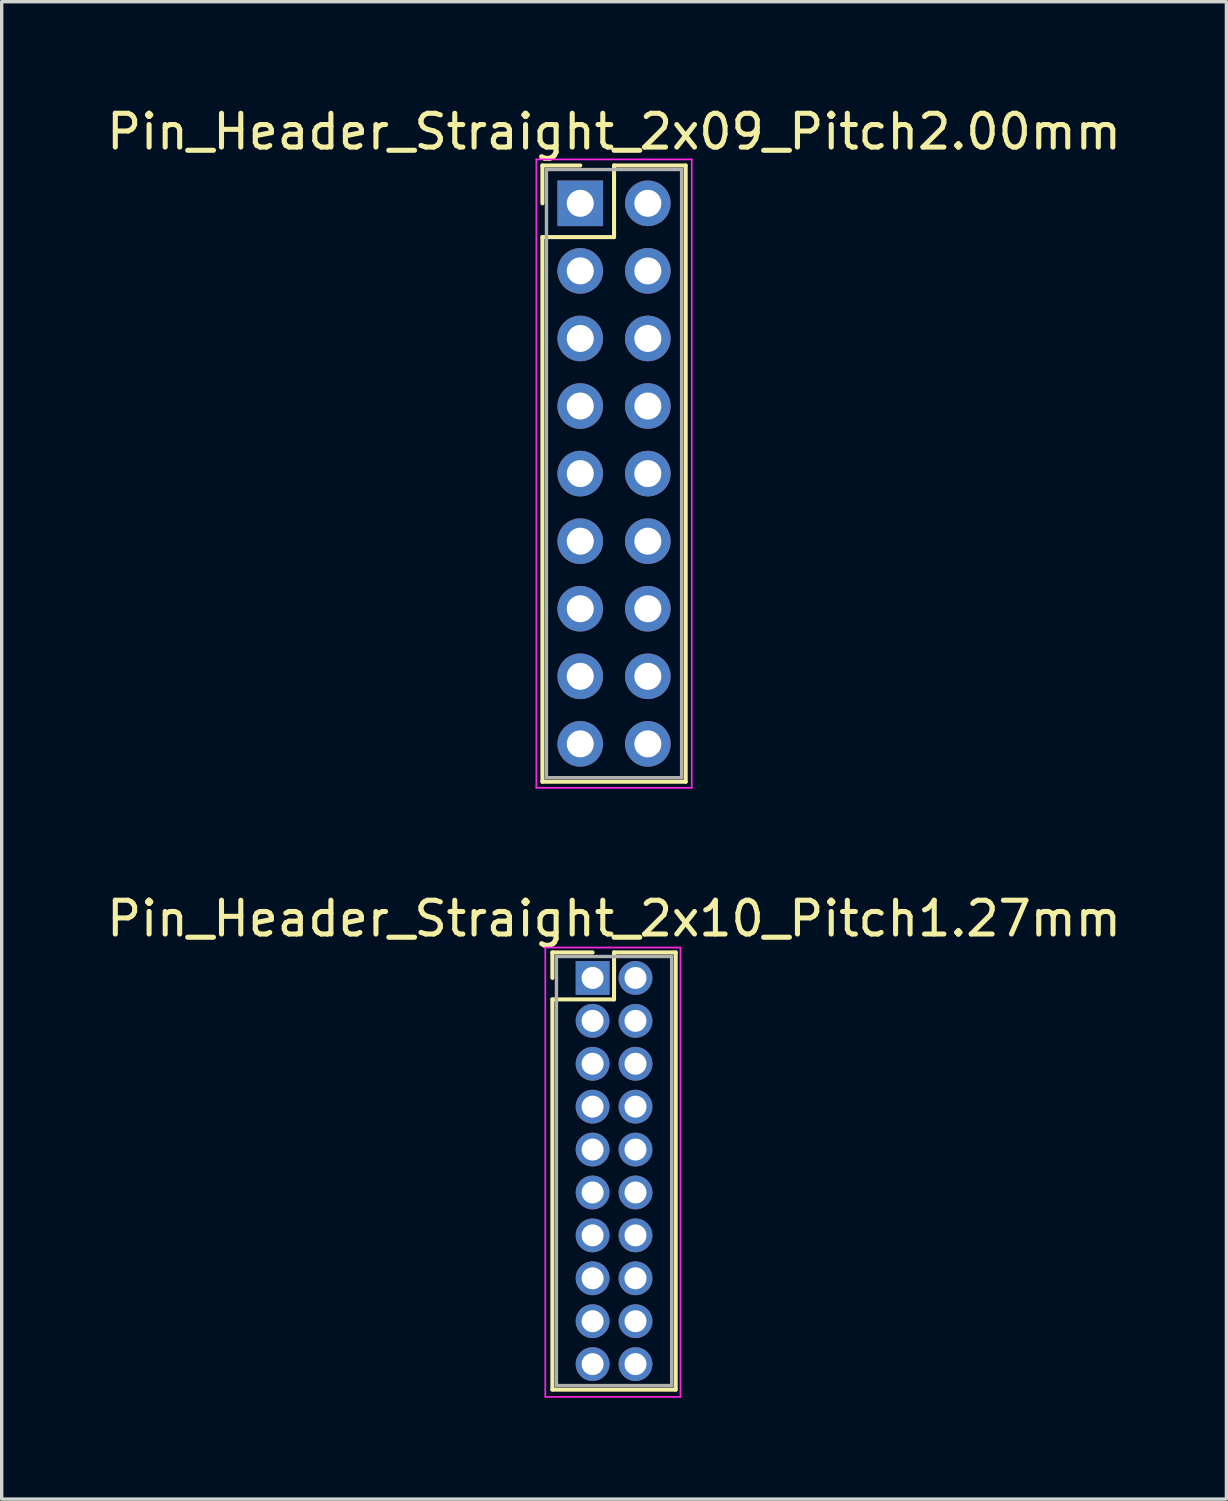
<source format=kicad_pcb>
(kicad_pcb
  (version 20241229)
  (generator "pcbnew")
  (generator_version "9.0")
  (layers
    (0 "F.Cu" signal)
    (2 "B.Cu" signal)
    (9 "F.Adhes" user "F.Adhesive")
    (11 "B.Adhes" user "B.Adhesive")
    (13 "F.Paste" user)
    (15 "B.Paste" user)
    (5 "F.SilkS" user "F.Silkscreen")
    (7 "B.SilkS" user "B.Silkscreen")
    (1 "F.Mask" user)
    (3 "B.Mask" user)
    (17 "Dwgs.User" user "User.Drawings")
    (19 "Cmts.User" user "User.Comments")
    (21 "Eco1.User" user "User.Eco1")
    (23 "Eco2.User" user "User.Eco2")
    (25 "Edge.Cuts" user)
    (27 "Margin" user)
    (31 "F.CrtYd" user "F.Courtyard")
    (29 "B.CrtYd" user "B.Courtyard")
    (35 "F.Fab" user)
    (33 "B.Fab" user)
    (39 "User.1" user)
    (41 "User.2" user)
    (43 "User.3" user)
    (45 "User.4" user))
  (footprint "Pin_Header_Straight_2x10_Pitch1.27mm"
    (layer "F.Cu")
    (at 14.49 25.896)
    (property "Reference" "Pin_Header_Straight_2x10_Pitch1.27mm" (at 0.635 -1.755 0) (layer "F.SilkS") (effects (font (size 1 1) (thickness 0.15))))
    (attr through_hole)
    (fp_line (start -1.19 -0.755) (end 0 -0.755) (stroke (width 0.12) (type solid)) (layer "F.SilkS"))
    (fp_line (start -1.19 0) (end -1.19 -0.755) (stroke (width 0.12) (type solid)) (layer "F.SilkS"))
    (fp_line (start -1.19 0.635) (end -1.19 12.185) (stroke (width 0.12) (type solid)) (layer "F.SilkS"))
    (fp_line (start -1.19 12.185) (end 2.46 12.185) (stroke (width 0.12) (type solid)) (layer "F.SilkS"))
    (fp_line (start 0.635 -0.755) (end 0.635 0.635) (stroke (width 0.12) (type solid)) (layer "F.SilkS"))
    (fp_line (start 0.635 0.635) (end -1.19 0.635) (stroke (width 0.12) (type solid)) (layer "F.SilkS"))
    (fp_line (start 2.46 -0.755) (end 0.635 -0.755) (stroke (width 0.12) (type solid)) (layer "F.SilkS"))
    (fp_line (start 2.46 12.185) (end 2.46 -0.755) (stroke (width 0.12) (type solid)) (layer "F.SilkS"))
    (fp_line (start -1.4 -0.9) (end -1.4 12.4) (stroke (width 0.05) (type solid)) (layer "F.CrtYd"))
    (fp_line (start -1.4 12.4) (end 2.6 12.4) (stroke (width 0.05) (type solid)) (layer "F.CrtYd"))
    (fp_line (start 2.6 -0.9) (end -1.4 -0.9) (stroke (width 0.05) (type solid)) (layer "F.CrtYd"))
    (fp_line (start 2.6 12.4) (end 2.6 -0.9) (stroke (width 0.05) (type solid)) (layer "F.CrtYd"))
    (fp_line (start -1.07 -0.635) (end -1.07 12.065) (stroke (width 0.1) (type solid)) (layer "F.Fab"))
    (fp_line (start -1.07 12.065) (end 2.34 12.065) (stroke (width 0.1) (type solid)) (layer "F.Fab"))
    (fp_line (start 2.34 -0.635) (end -1.07 -0.635) (stroke (width 0.1) (type solid)) (layer "F.Fab"))
    (fp_line (start 2.34 12.065) (end 2.34 -0.635) (stroke (width 0.1) (type solid)) (layer "F.Fab"))
    (pad "1" thru_hole rect (at 0 0) (size 1 1) (drill 0.65) (layers "*.Cu" "*.Mask"))
    (pad "2" thru_hole oval (at 1.27 0) (size 1 1) (drill 0.65) (layers "*.Cu" "*.Mask"))
    (pad "3" thru_hole oval (at 0 1.27) (size 1 1) (drill 0.65) (layers "*.Cu" "*.Mask"))
    (pad "4" thru_hole oval (at 1.27 1.27) (size 1 1) (drill 0.65) (layers "*.Cu" "*.Mask"))
    (pad "5" thru_hole oval (at 0 2.54) (size 1 1) (drill 0.65) (layers "*.Cu" "*.Mask"))
    (pad "6" thru_hole oval (at 1.27 2.54) (size 1 1) (drill 0.65) (layers "*.Cu" "*.Mask"))
    (pad "7" thru_hole oval (at 0 3.81) (size 1 1) (drill 0.65) (layers "*.Cu" "*.Mask"))
    (pad "8" thru_hole oval (at 1.27 3.81) (size 1 1) (drill 0.65) (layers "*.Cu" "*.Mask"))
    (pad "9" thru_hole oval (at 0 5.08) (size 1 1) (drill 0.65) (layers "*.Cu" "*.Mask"))
    (pad "10" thru_hole oval (at 1.27 5.08) (size 1 1) (drill 0.65) (layers "*.Cu" "*.Mask"))
    (pad "11" thru_hole oval (at 0 6.35) (size 1 1) (drill 0.65) (layers "*.Cu" "*.Mask"))
    (pad "12" thru_hole oval (at 1.27 6.35) (size 1 1) (drill 0.65) (layers "*.Cu" "*.Mask"))
    (pad "13" thru_hole oval (at 0 7.62) (size 1 1) (drill 0.65) (layers "*.Cu" "*.Mask"))
    (pad "14" thru_hole oval (at 1.27 7.62) (size 1 1) (drill 0.65) (layers "*.Cu" "*.Mask"))
    (pad "15" thru_hole oval (at 0 8.89) (size 1 1) (drill 0.65) (layers "*.Cu" "*.Mask"))
    (pad "16" thru_hole oval (at 1.27 8.89) (size 1 1) (drill 0.65) (layers "*.Cu" "*.Mask"))
    (pad "17" thru_hole oval (at 0 10.16) (size 1 1) (drill 0.65) (layers "*.Cu" "*.Mask"))
    (pad "18" thru_hole oval (at 1.27 10.16) (size 1 1) (drill 0.65) (layers "*.Cu" "*.Mask"))
    (pad "19" thru_hole oval (at 0 11.43) (size 1 1) (drill 0.65) (layers "*.Cu" "*.Mask"))
    (pad "20" thru_hole oval (at 1.27 11.43) (size 1 1) (drill 0.65) (layers "*.Cu" "*.Mask")))
  (footprint "Pin_Header_Straight_2x09_Pitch2.00mm"
    (layer "F.Cu")
    (at 14.125 2.968)
    (property "Reference" "Pin_Header_Straight_2x09_Pitch2.00mm" (at 1 -2.12 0) (layer "F.SilkS") (effects (font (size 1 1) (thickness 0.15))))
    (attr through_hole)
    (fp_line (start -1.12 -1.12) (end 0 -1.12) (stroke (width 0.12) (type solid)) (layer "F.SilkS"))
    (fp_line (start -1.12 0) (end -1.12 -1.12) (stroke (width 0.12) (type solid)) (layer "F.SilkS"))
    (fp_line (start -1.12 1) (end -1.12 17.12) (stroke (width 0.12) (type solid)) (layer "F.SilkS"))
    (fp_line (start -1.12 17.12) (end 3.12 17.12) (stroke (width 0.12) (type solid)) (layer "F.SilkS"))
    (fp_line (start 1 -1.12) (end 1 1) (stroke (width 0.12) (type solid)) (layer "F.SilkS"))
    (fp_line (start 1 1) (end -1.12 1) (stroke (width 0.12) (type solid)) (layer "F.SilkS"))
    (fp_line (start 3.12 -1.12) (end 1 -1.12) (stroke (width 0.12) (type solid)) (layer "F.SilkS"))
    (fp_line (start 3.12 17.12) (end 3.12 -1.12) (stroke (width 0.12) (type solid)) (layer "F.SilkS"))
    (fp_line (start -1.3 -1.3) (end -1.3 17.3) (stroke (width 0.05) (type solid)) (layer "F.CrtYd"))
    (fp_line (start -1.3 17.3) (end 3.3 17.3) (stroke (width 0.05) (type solid)) (layer "F.CrtYd"))
    (fp_line (start 3.3 -1.3) (end -1.3 -1.3) (stroke (width 0.05) (type solid)) (layer "F.CrtYd"))
    (fp_line (start 3.3 17.3) (end 3.3 -1.3) (stroke (width 0.05) (type solid)) (layer "F.CrtYd"))
    (fp_line (start -1 -1) (end -1 17) (stroke (width 0.1) (type solid)) (layer "F.Fab"))
    (fp_line (start -1 17) (end 3 17) (stroke (width 0.1) (type solid)) (layer "F.Fab"))
    (fp_line (start 3 -1) (end -1 -1) (stroke (width 0.1) (type solid)) (layer "F.Fab"))
    (fp_line (start 3 17) (end 3 -1) (stroke (width 0.1) (type solid)) (layer "F.Fab"))
    (pad "1" thru_hole rect (at 0 0) (size 1.35 1.35) (drill 0.8) (layers "*.Cu" "*.Mask"))
    (pad "2" thru_hole oval (at 2 0) (size 1.35 1.35) (drill 0.8) (layers "*.Cu" "*.Mask"))
    (pad "3" thru_hole oval (at 0 2) (size 1.35 1.35) (drill 0.8) (layers "*.Cu" "*.Mask"))
    (pad "4" thru_hole oval (at 2 2) (size 1.35 1.35) (drill 0.8) (layers "*.Cu" "*.Mask"))
    (pad "5" thru_hole oval (at 0 4) (size 1.35 1.35) (drill 0.8) (layers "*.Cu" "*.Mask"))
    (pad "6" thru_hole oval (at 2 4) (size 1.35 1.35) (drill 0.8) (layers "*.Cu" "*.Mask"))
    (pad "7" thru_hole oval (at 0 6) (size 1.35 1.35) (drill 0.8) (layers "*.Cu" "*.Mask"))
    (pad "8" thru_hole oval (at 2 6) (size 1.35 1.35) (drill 0.8) (layers "*.Cu" "*.Mask"))
    (pad "9" thru_hole oval (at 0 8) (size 1.35 1.35) (drill 0.8) (layers "*.Cu" "*.Mask"))
    (pad "10" thru_hole oval (at 2 8) (size 1.35 1.35) (drill 0.8) (layers "*.Cu" "*.Mask"))
    (pad "11" thru_hole oval (at 0 10) (size 1.35 1.35) (drill 0.8) (layers "*.Cu" "*.Mask"))
    (pad "12" thru_hole oval (at 2 10) (size 1.35 1.35) (drill 0.8) (layers "*.Cu" "*.Mask"))
    (pad "13" thru_hole oval (at 0 12) (size 1.35 1.35) (drill 0.8) (layers "*.Cu" "*.Mask"))
    (pad "14" thru_hole oval (at 2 12) (size 1.35 1.35) (drill 0.8) (layers "*.Cu" "*.Mask"))
    (pad "15" thru_hole oval (at 0 14) (size 1.35 1.35) (drill 0.8) (layers "*.Cu" "*.Mask"))
    (pad "16" thru_hole oval (at 2 14) (size 1.35 1.35) (drill 0.8) (layers "*.Cu" "*.Mask"))
    (pad "17" thru_hole oval (at 0 16) (size 1.35 1.35) (drill 0.8) (layers "*.Cu" "*.Mask"))
    (pad "18" thru_hole oval (at 2 16) (size 1.35 1.35) (drill 0.8) (layers "*.Cu" "*.Mask")))
  (gr_rect
    (start -3 -3)
    (end 33.25 41.322)
    (stroke (width 0.1) (type default))
    (fill no)
    (layer "Edge.Cuts")))
</source>
